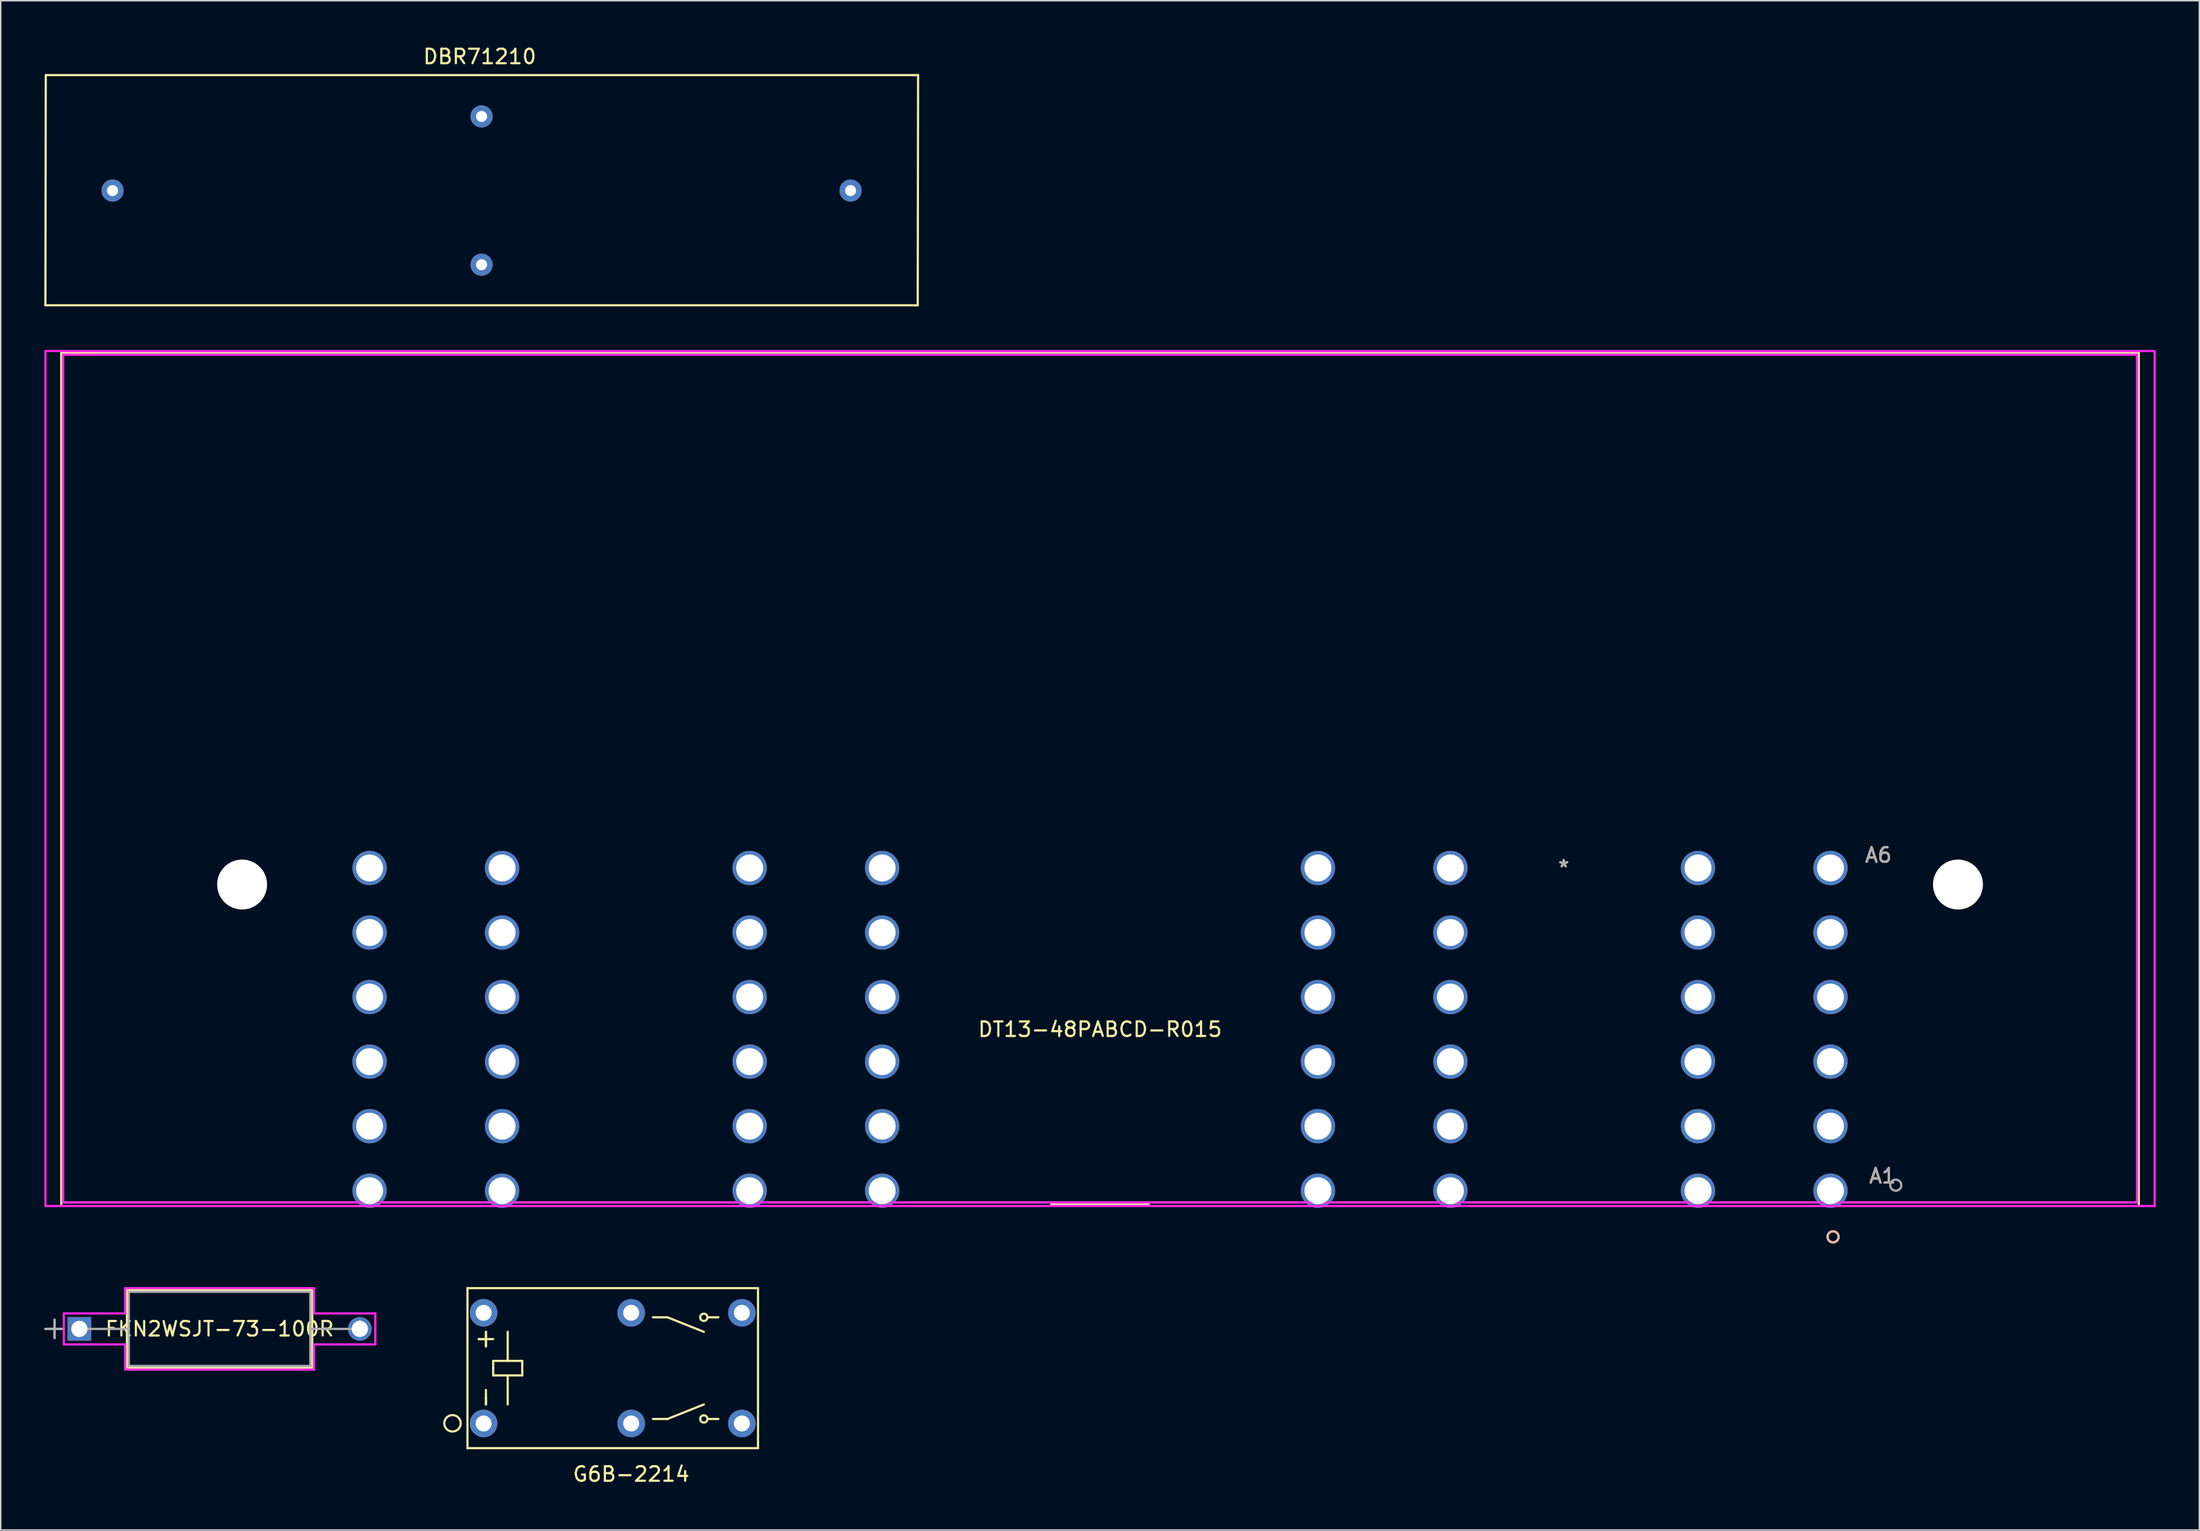
<source format=kicad_pcb>
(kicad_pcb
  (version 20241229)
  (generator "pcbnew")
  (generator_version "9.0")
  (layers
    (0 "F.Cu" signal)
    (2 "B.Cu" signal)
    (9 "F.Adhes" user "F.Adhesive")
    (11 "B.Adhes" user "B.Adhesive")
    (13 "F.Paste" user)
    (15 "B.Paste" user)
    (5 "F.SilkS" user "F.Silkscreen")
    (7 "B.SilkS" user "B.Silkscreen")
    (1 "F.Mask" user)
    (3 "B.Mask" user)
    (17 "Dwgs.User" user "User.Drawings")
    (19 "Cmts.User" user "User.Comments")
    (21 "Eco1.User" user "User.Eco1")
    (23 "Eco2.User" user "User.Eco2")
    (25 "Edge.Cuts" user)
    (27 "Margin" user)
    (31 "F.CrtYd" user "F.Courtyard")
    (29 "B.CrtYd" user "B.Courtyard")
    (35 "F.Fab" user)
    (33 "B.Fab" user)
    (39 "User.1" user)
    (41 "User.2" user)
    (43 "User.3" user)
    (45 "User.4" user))
  (footprint "G6B-2214"
    (layer "F.Cu")
    (at 40.397 91.164)
    (property "Reference" "G6B-2214" (at 0 7.3 0) (layer "F.SilkS") (effects (font (size 1 1) (thickness 0.15))))
    (attr through_hole)
    (fp_line (start -11.27 -5.51) (end 8.73 -5.51) (stroke (width 0.15) (type solid)) (layer "F.SilkS"))
    (fp_line (start -11.27 5.51) (end -11.27 -5.51) (stroke (width 0.15) (type solid)) (layer "F.SilkS"))
    (fp_line (start -11.27 5.51) (end 8.73 5.51) (stroke (width 0.15) (type solid)) (layer "F.SilkS"))
    (fp_line (start -10.5 -2) (end -10 -2) (stroke (width 0.15) (type solid)) (layer "F.SilkS"))
    (fp_line (start -10 -2.5) (end -10 -2) (stroke (width 0.15) (type solid)) (layer "F.SilkS"))
    (fp_line (start -10 -2) (end -10.5 -2) (stroke (width 0.15) (type solid)) (layer "F.SilkS"))
    (fp_line (start -10 -2) (end -10 -2.5) (stroke (width 0.15) (type solid)) (layer "F.SilkS"))
    (fp_line (start -10 -2) (end -10 -1.5) (stroke (width 0.15) (type solid)) (layer "F.SilkS"))
    (fp_line (start -10 -2) (end -9.5 -2) (stroke (width 0.15) (type solid)) (layer "F.SilkS"))
    (fp_line (start -10 -1.5) (end -10 -2) (stroke (width 0.15) (type solid)) (layer "F.SilkS"))
    (fp_line (start -10 2) (end -10 2.5) (stroke (width 0.15) (type solid)) (layer "F.SilkS"))
    (fp_line (start -10 2.5) (end -10 1.5) (stroke (width 0.15) (type solid)) (layer "F.SilkS"))
    (fp_line (start -9.5 -0.5) (end -9.5 0.5) (stroke (width 0.15) (type solid)) (layer "F.SilkS"))
    (fp_line (start -9.5 0.5) (end -7.5 0.5) (stroke (width 0.15) (type solid)) (layer "F.SilkS"))
    (fp_line (start -8.5 -0.5) (end -9.5 -0.5) (stroke (width 0.15) (type solid)) (layer "F.SilkS"))
    (fp_line (start -8.5 -0.5) (end -8.5 -2.5) (stroke (width 0.15) (type solid)) (layer "F.SilkS"))
    (fp_line (start -8.5 0.5) (end -8.5 2.5) (stroke (width 0.15) (type solid)) (layer "F.SilkS"))
    (fp_line (start -7.5 -0.5) (end -8.5 -0.5) (stroke (width 0.15) (type solid)) (layer "F.SilkS"))
    (fp_line (start -7.5 0.5) (end -7.5 -0.5) (stroke (width 0.15) (type solid)) (layer "F.SilkS"))
    (fp_line (start 1.5 -3.5) (end 2.5 -3.5) (stroke (width 0.15) (type solid)) (layer "F.SilkS"))
    (fp_line (start 1.5 3.5) (end 2.5 3.5) (stroke (width 0.15) (type solid)) (layer "F.SilkS"))
    (fp_line (start 2.5 -3.5) (end 5 -2.5) (stroke (width 0.15) (type solid)) (layer "F.SilkS"))
    (fp_line (start 2.5 3.5) (end 5 2.5) (stroke (width 0.15) (type solid)) (layer "F.SilkS"))
    (fp_line (start 5.25 -3.5) (end 6 -3.5) (stroke (width 0.15) (type solid)) (layer "F.SilkS"))
    (fp_line (start 5.25 3.5) (end 6 3.5) (stroke (width 0.15) (type solid)) (layer "F.SilkS"))
    (fp_line (start 8.73 -5.51) (end 8.73 5.51) (stroke (width 0.15) (type solid)) (layer "F.SilkS"))
    (fp_circle (center -12.3 3.8) (end -11.9 4.2) (stroke (width 0.15) (type solid)) (fill no) (layer "F.SilkS"))
    (fp_circle (center 5 -3.5) (end 4.75 -3.5) (stroke (width 0.15) (type solid)) (fill no) (layer "F.SilkS"))
    (fp_circle (center 5 3.5) (end 5 3.25) (stroke (width 0.15) (type solid)) (fill no) (layer "F.SilkS"))
    (pad "1" thru_hole circle (at -10.16 3.81) (size 1.9 1.9) (drill 1.1) (layers "*.Cu" "*.Mask"))
    (pad "3" thru_hole circle (at 0 3.81) (size 1.9 1.9) (drill 1.1) (layers "*.Cu" "*.Mask"))
    (pad "4" thru_hole circle (at 7.62 3.81) (size 1.9 1.9) (drill 1.1) (layers "*.Cu" "*.Mask"))
    (pad "5" thru_hole circle (at 7.62 -3.81) (size 1.9 1.9) (drill 1.1) (layers "*.Cu" "*.Mask"))
    (pad "6" thru_hole circle (at 0 -3.81) (size 1.9 1.9) (drill 1.1) (layers "*.Cu" "*.Mask"))
    (pad "8" thru_hole circle (at -10.16 -3.81) (size 1.9 1.9) (drill 1.1) (layers "*.Cu" "*.Mask")))
  (footprint "FKN2WSJT-73-100R"
    (layer "F.Cu")
    (at 21.717 88.462)
    (property "Reference" "FKN2WSJT-73-100R" (at -9.652 0 0) (layer "F.SilkS") (effects (font (size 1 1) (thickness 0.15))))
    (attr through_hole)
    (fp_line (start -21.641 0) (end -20.45 0) (stroke (width 0.152) (type solid)) (layer "F.SilkS"))
    (fp_line (start -21.006 -0.635) (end -21.006 0.635) (stroke (width 0.152) (type solid)) (layer "F.SilkS"))
    (fp_line (start -16.027 -2.68) (end -16.027 2.68) (stroke (width 0.152) (type solid)) (layer "F.SilkS"))
    (fp_line (start -16.027 2.68) (end -3.277 2.68) (stroke (width 0.152) (type solid)) (layer "F.SilkS"))
    (fp_line (start -3.277 -2.68) (end -16.027 -2.68) (stroke (width 0.152) (type solid)) (layer "F.SilkS"))
    (fp_line (start -3.277 2.68) (end -3.277 -2.68) (stroke (width 0.152) (type solid)) (layer "F.SilkS"))
    (fp_line (start -20.371 -1.067) (end -16.154 -1.067) (stroke (width 0.152) (type solid)) (layer "F.CrtYd"))
    (fp_line (start -20.371 1.067) (end -20.371 -1.067) (stroke (width 0.152) (type solid)) (layer "F.CrtYd"))
    (fp_line (start -16.154 -2.807) (end -3.15 -2.807) (stroke (width 0.152) (type solid)) (layer "F.CrtYd"))
    (fp_line (start -16.154 -1.067) (end -16.154 -2.807) (stroke (width 0.152) (type solid)) (layer "F.CrtYd"))
    (fp_line (start -16.154 1.067) (end -20.371 1.067) (stroke (width 0.152) (type solid)) (layer "F.CrtYd"))
    (fp_line (start -16.154 2.807) (end -16.154 1.067) (stroke (width 0.152) (type solid)) (layer "F.CrtYd"))
    (fp_line (start -3.15 -2.807) (end -3.15 -1.067) (stroke (width 0.152) (type solid)) (layer "F.CrtYd"))
    (fp_line (start -3.15 -1.067) (end 1.067 -1.067) (stroke (width 0.152) (type solid)) (layer "F.CrtYd"))
    (fp_line (start -3.15 1.067) (end -3.15 2.807) (stroke (width 0.152) (type solid)) (layer "F.CrtYd"))
    (fp_line (start -3.15 2.807) (end -16.154 2.807) (stroke (width 0.152) (type solid)) (layer "F.CrtYd"))
    (fp_line (start 1.067 -1.067) (end 1.067 1.067) (stroke (width 0.152) (type solid)) (layer "F.CrtYd"))
    (fp_line (start 1.067 1.067) (end -3.15 1.067) (stroke (width 0.152) (type solid)) (layer "F.CrtYd"))
    (fp_line (start -21.641 0) (end -20.371 0) (stroke (width 0.152) (type solid)) (layer "F.Fab"))
    (fp_line (start -21.006 -0.635) (end -21.006 0.635) (stroke (width 0.152) (type solid)) (layer "F.Fab"))
    (fp_line (start -19.304 0) (end -15.9 0) (stroke (width 0.152) (type solid)) (layer "F.Fab"))
    (fp_line (start -15.9 -2.553) (end -15.9 2.553) (stroke (width 0.152) (type solid)) (layer "F.Fab"))
    (fp_line (start -15.9 2.553) (end -3.404 2.553) (stroke (width 0.152) (type solid)) (layer "F.Fab"))
    (fp_line (start -3.404 -2.553) (end -15.9 -2.553) (stroke (width 0.152) (type solid)) (layer "F.Fab"))
    (fp_line (start -3.404 2.553) (end -3.404 -2.553) (stroke (width 0.152) (type solid)) (layer "F.Fab"))
    (fp_line (start 0 0) (end -3.404 0) (stroke (width 0.152) (type solid)) (layer "F.Fab"))
    (fp_text user "*" (at 0 0 0) (layer "F.SilkS") (effects (font (size 1 1) (thickness 0.15))))
    (fp_text user "Copyright 2016 Accelerated Designs. All rights reserved." (at 0 0 0) (layer "Cmts.User") (effects (font (size 0.127 0.127) (thickness 0.002))))
    (fp_text user "*" (at 0 0 0) (layer "F.Fab") (effects (font (size 1 1) (thickness 0.15))))
    (pad "1" thru_hole rect (at -19.304 0) (size 1.626 1.626) (drill 1.118) (layers "*.Cu" "*.Mask"))
    (pad "2" thru_hole circle (at 0 0) (size 1.626 1.626) (drill 1.118) (layers "*.Cu" "*.Mask")))
  (footprint "DBR71210"
    (layer "F.Cu")
    (at 30.098 10.073)
    (property "Reference" "DBR71210" (at -0.125 -9.225 0) (layer "F.SilkS") (effects (font (size 1 1) (thickness 0.15))))
    (attr through_hole)
    (fp_line (start -30.023 7.899) (end 30.023 7.899) (stroke (width 0.15) (type solid)) (layer "F.SilkS"))
    (fp_line (start -29.997 -7.95) (end -30.023 7.899) (stroke (width 0.15) (type solid)) (layer "F.SilkS"))
    (fp_line (start -29.997 -7.95) (end 30.048 -7.95) (stroke (width 0.15) (type solid)) (layer "F.SilkS"))
    (fp_line (start 30.023 7.899) (end 30.048 -7.95) (stroke (width 0.15) (type solid)) (layer "F.SilkS"))
    (pad "1" thru_hole circle (at -25.4 0) (size 1.524 1.524) (drill 0.762) (layers "*.Cu" "*.Mask"))
    (pad "2" thru_hole circle (at 25.4 0) (size 1.524 1.524) (drill 0.762) (layers "*.Cu" "*.Mask"))
    (pad "3" thru_hole circle (at 0 -5.105) (size 1.524 1.524) (drill 0.762) (layers "*.Cu" "*.Mask"))
    (pad "4" thru_hole circle (at 0 5.105) (size 1.524 1.524) (drill 0.762) (layers "*.Cu" "*.Mask")))
  (footprint "DT13-48PABCD-R015"
    (layer "F.Cu")
    (at 104.585 56.722)
    (property "Reference" "DT13-48PABCD-R015" (at -31.915 11.113 0) (layer "F.SilkS") (effects (font (size 1 1) (thickness 0.15))))
    (attr through_hole)
    (fp_line (start -103.416 -35.471) (end -103.416 23.152) (stroke (width 0.152) (type solid)) (layer "F.SilkS"))
    (fp_line (start -35.278 23.152) (end -28.553 23.152) (stroke (width 0.152) (type solid)) (layer "F.SilkS"))
    (fp_line (start 39.586 -35.471) (end -103.416 -35.471) (stroke (width 0.152) (type solid)) (layer "F.SilkS"))
    (fp_line (start 39.586 23.152) (end 39.586 -35.471) (stroke (width 0.152) (type solid)) (layer "F.SilkS"))
    (fp_circle (center 18.542 25.4) (end 18.923 25.4) (stroke (width 0.152) (type solid)) (fill no) (layer "F.SilkS"))
    (fp_circle (center 18.542 25.4) (end 18.923 25.4) (stroke (width 0.152) (type solid)) (fill no) (layer "B.SilkS"))
    (fp_line (start -104.508 -35.598) (end -104.508 23.279) (stroke (width 0.152) (type solid)) (layer "F.CrtYd"))
    (fp_line (start -104.508 23.279) (end 40.678 23.279) (stroke (width 0.152) (type solid)) (layer "F.CrtYd"))
    (fp_line (start -103.289 -35.344) (end -103.289 23.025) (stroke (width 0.152) (type solid)) (layer "F.CrtYd"))
    (fp_line (start -103.289 23.025) (end 39.459 23.025) (stroke (width 0.152) (type solid)) (layer "F.CrtYd"))
    (fp_line (start 39.459 -35.344) (end -103.289 -35.344) (stroke (width 0.152) (type solid)) (layer "F.CrtYd"))
    (fp_line (start 39.459 23.025) (end 39.459 -35.344) (stroke (width 0.152) (type solid)) (layer "F.CrtYd"))
    (fp_line (start 40.678 -35.598) (end -104.508 -35.598) (stroke (width 0.152) (type solid)) (layer "F.CrtYd"))
    (fp_line (start 40.678 23.279) (end 40.678 -35.598) (stroke (width 0.152) (type solid)) (layer "F.CrtYd"))
    (fp_line (start -103.289 -35.344) (end -103.289 23.025) (stroke (width 0.152) (type solid)) (layer "F.Fab"))
    (fp_line (start -103.289 23.025) (end 39.459 23.025) (stroke (width 0.152) (type solid)) (layer "F.Fab"))
    (fp_line (start 39.459 -35.344) (end -103.289 -35.344) (stroke (width 0.152) (type solid)) (layer "F.Fab"))
    (fp_line (start 39.459 23.025) (end 39.459 -35.344) (stroke (width 0.152) (type solid)) (layer "F.Fab"))
    (fp_circle (center 22.86 21.844) (end 23.241 21.844) (stroke (width 0.152) (type solid)) (fill no) (layer "F.Fab"))
    (fp_text user "A1" (at 21.946 21.209 0) (layer "F.SilkS") (effects (font (size 1 1) (thickness 0.15))))
    (fp_text user "*" (at 0 0 0) (layer "F.SilkS") (effects (font (size 1 1) (thickness 0.15))))
    (fp_text user "A6" (at 21.666 -0.889 0) (layer "F.SilkS") (effects (font (size 1 1) (thickness 0.15))))
    (fp_text user "A6" (at 21.666 -0.889 0) (layer "B.SilkS") (effects (font (size 1 1) (thickness 0.15))))
    (fp_text user "A1" (at 21.946 21.209 0) (layer "B.SilkS") (effects (font (size 1 1) (thickness 0.15))))
    (fp_text user "Copyright 2016 Accelerated Designs. All rights reserved." (at 0 0 0) (layer "Cmts.User") (effects (font (size 0.127 0.127) (thickness 0.002))))
    (fp_text user "A1" (at 21.946 21.209 0) (layer "F.Fab") (effects (font (size 1 1) (thickness 0.15))))
    (fp_text user "*" (at 0 0 0) (layer "F.Fab") (effects (font (size 1 1) (thickness 0.15))))
    (fp_text user "A6" (at 21.666 -0.889 0) (layer "F.Fab") (effects (font (size 1 1) (thickness 0.15))))
    (pad "49" thru_hole circle (at -90.97 1.139) (size 3.429 3.429) (drill 3.429) (layers "*.Cu" "*.Mask"))
    (pad "50" thru_hole circle (at 27.14 1.139) (size 3.429 3.429) (drill 3.429) (layers "*.Cu" "*.Mask"))
    (pad "A1" thru_hole circle (at -82.194 0) (size 2.362 2.362) (drill 1.854) (layers "*.Cu" "*.Mask"))
    (pad "A2" thru_hole circle (at -82.194 4.445) (size 2.362 2.362) (drill 1.854) (layers "*.Cu" "*.Mask"))
    (pad "A3" thru_hole circle (at -82.194 8.89) (size 2.362 2.362) (drill 1.854) (layers "*.Cu" "*.Mask"))
    (pad "A4" thru_hole circle (at -82.194 13.335) (size 2.362 2.362) (drill 1.854) (layers "*.Cu" "*.Mask"))
    (pad "A5" thru_hole circle (at -82.194 17.78) (size 2.362 2.362) (drill 1.854) (layers "*.Cu" "*.Mask"))
    (pad "A6" thru_hole circle (at -82.194 22.225) (size 2.362 2.362) (drill 1.854) (layers "*.Cu" "*.Mask"))
    (pad "A7" thru_hole circle (at -73.076 22.225) (size 2.362 2.362) (drill 1.854) (layers "*.Cu" "*.Mask"))
    (pad "A8" thru_hole circle (at -73.076 17.78) (size 2.362 2.362) (drill 1.854) (layers "*.Cu" "*.Mask"))
    (pad "A9" thru_hole circle (at -73.076 13.335) (size 2.362 2.362) (drill 1.854) (layers "*.Cu" "*.Mask"))
    (pad "A10" thru_hole circle (at -73.076 8.89) (size 2.362 2.362) (drill 1.854) (layers "*.Cu" "*.Mask"))
    (pad "A11" thru_hole circle (at -73.076 4.445) (size 2.362 2.362) (drill 1.854) (layers "*.Cu" "*.Mask"))
    (pad "A12" thru_hole circle (at -73.076 0) (size 2.362 2.362) (drill 1.854) (layers "*.Cu" "*.Mask"))
    (pad "B1" thru_hole circle (at -56.032 0) (size 2.362 2.362) (drill 1.854) (layers "*.Cu" "*.Mask"))
    (pad "B2" thru_hole circle (at -56.032 4.445) (size 2.362 2.362) (drill 1.854) (layers "*.Cu" "*.Mask"))
    (pad "B3" thru_hole circle (at -56.032 8.89) (size 2.362 2.362) (drill 1.854) (layers "*.Cu" "*.Mask"))
    (pad "B4" thru_hole circle (at -56.032 13.335) (size 2.362 2.362) (drill 1.854) (layers "*.Cu" "*.Mask"))
    (pad "B5" thru_hole circle (at -56.032 17.78) (size 2.362 2.362) (drill 1.854) (layers "*.Cu" "*.Mask"))
    (pad "B6" thru_hole circle (at -56.032 22.225) (size 2.362 2.362) (drill 1.854) (layers "*.Cu" "*.Mask"))
    (pad "B7" thru_hole circle (at -46.914 22.225) (size 2.362 2.362) (drill 1.854) (layers "*.Cu" "*.Mask"))
    (pad "B8" thru_hole circle (at -46.914 17.78) (size 2.362 2.362) (drill 1.854) (layers "*.Cu" "*.Mask"))
    (pad "B9" thru_hole circle (at -46.914 13.335) (size 2.362 2.362) (drill 1.854) (layers "*.Cu" "*.Mask"))
    (pad "B10" thru_hole circle (at -46.914 8.89) (size 2.362 2.362) (drill 1.854) (layers "*.Cu" "*.Mask"))
    (pad "B11" thru_hole circle (at -46.914 4.445) (size 2.362 2.362) (drill 1.854) (layers "*.Cu" "*.Mask"))
    (pad "B12" thru_hole circle (at -46.914 0) (size 2.362 2.362) (drill 1.854) (layers "*.Cu" "*.Mask"))
    (pad "C1" thru_hole circle (at -16.916 0) (size 2.362 2.362) (drill 1.854) (layers "*.Cu" "*.Mask"))
    (pad "C2" thru_hole circle (at -16.916 4.445) (size 2.362 2.362) (drill 1.854) (layers "*.Cu" "*.Mask"))
    (pad "C3" thru_hole circle (at -16.916 8.89) (size 2.362 2.362) (drill 1.854) (layers "*.Cu" "*.Mask"))
    (pad "C4" thru_hole circle (at -16.916 13.335) (size 2.362 2.362) (drill 1.854) (layers "*.Cu" "*.Mask"))
    (pad "C5" thru_hole circle (at -16.916 17.78) (size 2.362 2.362) (drill 1.854) (layers "*.Cu" "*.Mask"))
    (pad "C6" thru_hole circle (at -16.916 22.225) (size 2.362 2.362) (drill 1.854) (layers "*.Cu" "*.Mask"))
    (pad "C7" thru_hole circle (at -7.798 22.225) (size 2.362 2.362) (drill 1.854) (layers "*.Cu" "*.Mask"))
    (pad "C8" thru_hole circle (at -7.798 17.78) (size 2.362 2.362) (drill 1.854) (layers "*.Cu" "*.Mask"))
    (pad "C9" thru_hole circle (at -7.798 13.335) (size 2.362 2.362) (drill 1.854) (layers "*.Cu" "*.Mask"))
    (pad "C10" thru_hole circle (at -7.798 8.89) (size 2.362 2.362) (drill 1.854) (layers "*.Cu" "*.Mask"))
    (pad "C11" thru_hole circle (at -7.798 4.445) (size 2.362 2.362) (drill 1.854) (layers "*.Cu" "*.Mask"))
    (pad "C12" thru_hole circle (at -7.798 0) (size 2.362 2.362) (drill 1.854) (layers "*.Cu" "*.Mask"))
    (pad "D1" thru_hole circle (at 9.246 0) (size 2.362 2.362) (drill 1.854) (layers "*.Cu" "*.Mask"))
    (pad "D2" thru_hole circle (at 9.246 4.445) (size 2.362 2.362) (drill 1.854) (layers "*.Cu" "*.Mask"))
    (pad "D3" thru_hole circle (at 9.246 8.89) (size 2.362 2.362) (drill 1.854) (layers "*.Cu" "*.Mask"))
    (pad "D4" thru_hole circle (at 9.246 13.335) (size 2.362 2.362) (drill 1.854) (layers "*.Cu" "*.Mask"))
    (pad "D5" thru_hole circle (at 9.246 17.78) (size 2.362 2.362) (drill 1.854) (layers "*.Cu" "*.Mask"))
    (pad "D6" thru_hole circle (at 9.246 22.225) (size 2.362 2.362) (drill 1.854) (layers "*.Cu" "*.Mask"))
    (pad "D7" thru_hole circle (at 18.364 22.225) (size 2.362 2.362) (drill 1.854) (layers "*.Cu" "*.Mask"))
    (pad "D8" thru_hole circle (at 18.364 17.78) (size 2.362 2.362) (drill 1.854) (layers "*.Cu" "*.Mask"))
    (pad "D9" thru_hole circle (at 18.364 13.335) (size 2.362 2.362) (drill 1.854) (layers "*.Cu" "*.Mask"))
    (pad "D10" thru_hole circle (at 18.364 8.89) (size 2.362 2.362) (drill 1.854) (layers "*.Cu" "*.Mask"))
    (pad "D11" thru_hole circle (at 18.364 4.445) (size 2.362 2.362) (drill 1.854) (layers "*.Cu" "*.Mask"))
    (pad "D12" thru_hole circle (at 18.364 0) (size 2.362 2.362) (drill 1.854) (layers "*.Cu" "*.Mask")))
  (gr_rect
    (start -3 -3)
    (end 148.339 102.312)
    (stroke (width 0.1) (type default))
    (fill no)
    (layer "Edge.Cuts")))
</source>
